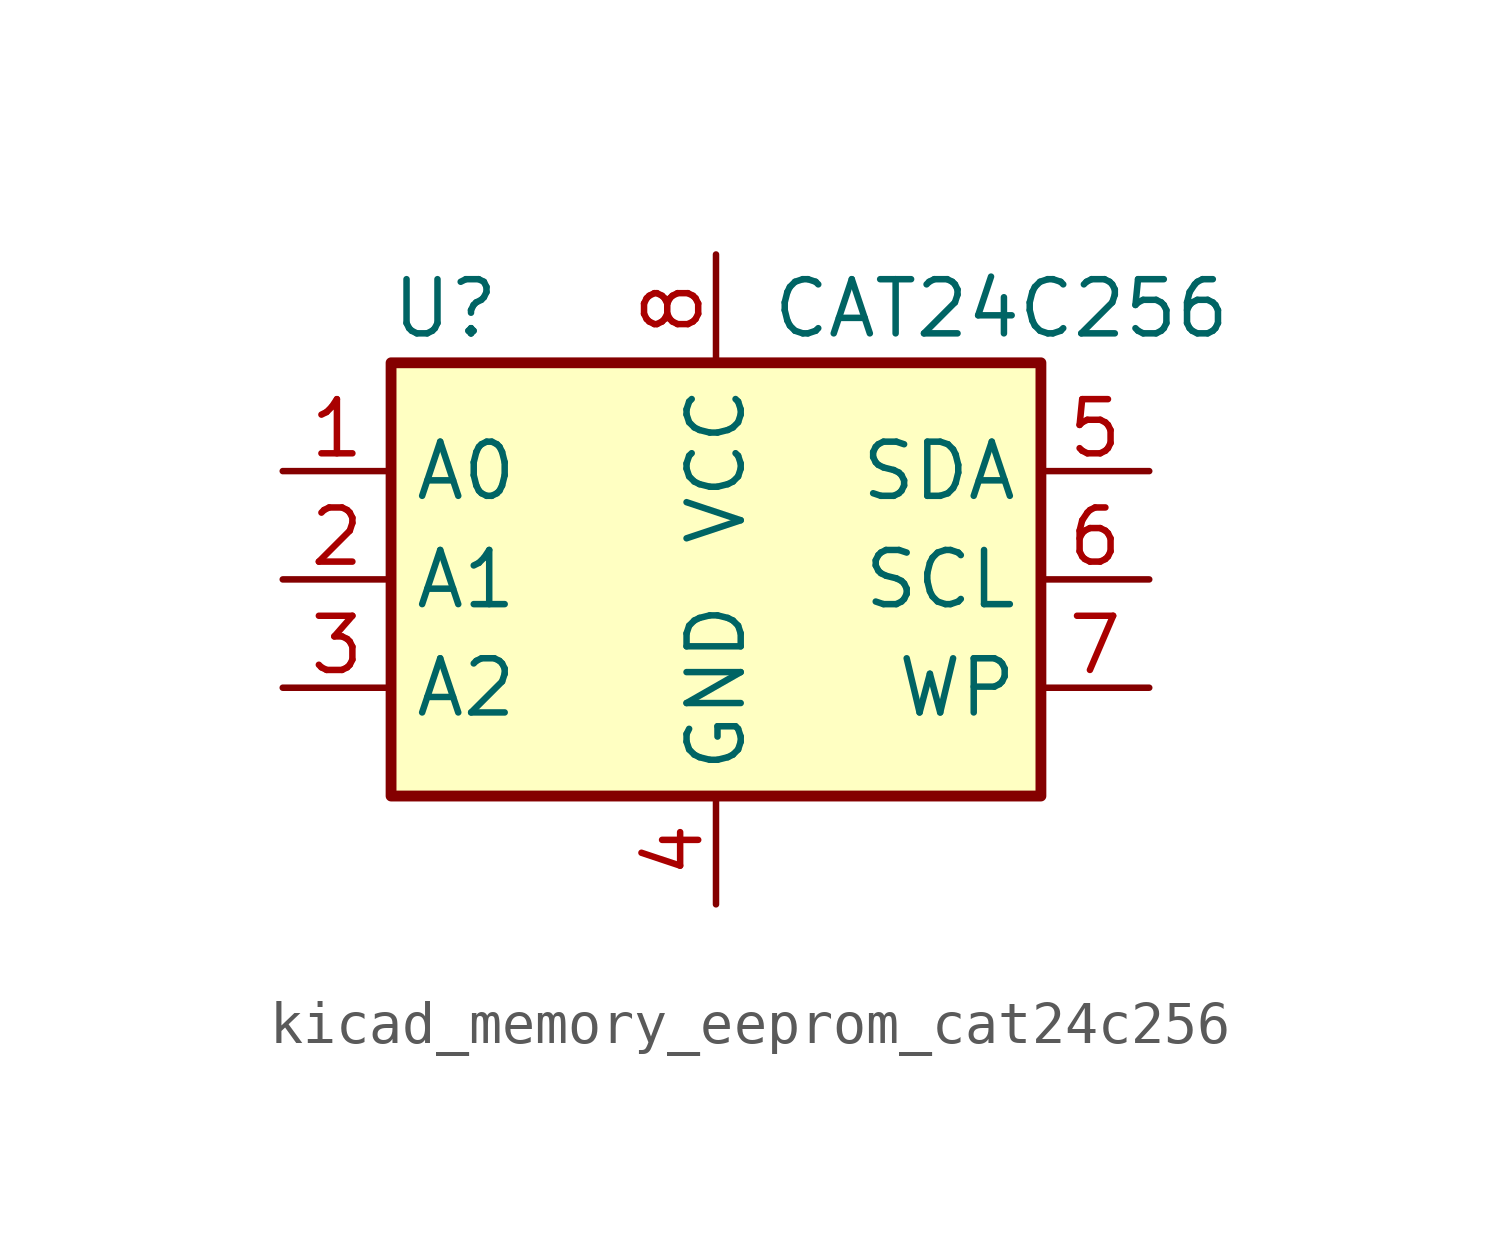
<source format=kicad_sym>
(kicad_symbol_lib
  (version 20220914)
  (generator kicad_symbol_editor)
  (symbol "kicad_memory_eeprom_cat24c256"
    (property "Reference" "U"
      (at -6.35 6.35 0)
      (effects (font (size 1.27 1.27))))
    (property "Value" "CAT24C256"
      (at 1.27 6.35 0)
      (effects (font (size 1.27 1.27)) (justify left)))
    (symbol "kicad_memory_eeprom_cat24c256_1_1"
      (rectangle (start -7.62 5.08) (end 7.62 -5.08) (stroke (width 0.254) (type default)) (fill (type background)))
      (pin input line (at -10.16 2.54 0) (length 2.54) (name "A0" (effects (font (size 1.27 1.27)))) (number "1" (effects (font (size 1.27 1.27)))))
      (pin input line (at -10.16 0 0) (length 2.54) (name "A1" (effects (font (size 1.27 1.27)))) (number "2" (effects (font (size 1.27 1.27)))))
      (pin input line (at -10.16 -2.54 0) (length 2.54) (name "A2" (effects (font (size 1.27 1.27)))) (number "3" (effects (font (size 1.27 1.27)))))
      (pin power_in line (at 0 -7.62 90) (length 2.54) (name "GND" (effects (font (size 1.27 1.27)))) (number "4" (effects (font (size 1.27 1.27)))))
      (pin bidirectional line (at 10.16 2.54 180) (length 2.54) (name "SDA" (effects (font (size 1.27 1.27)))) (number "5" (effects (font (size 1.27 1.27)))))
      (pin input line (at 10.16 0 180) (length 2.54) (name "SCL" (effects (font (size 1.27 1.27)))) (number "6" (effects (font (size 1.27 1.27)))))
      (pin input line (at 10.16 -2.54 180) (length 2.54) (name "WP" (effects (font (size 1.27 1.27)))) (number "7" (effects (font (size 1.27 1.27)))))
      (pin power_in line (at 0 7.62 270) (length 2.54) (name "VCC" (effects (font (size 1.27 1.27)))) (number "8" (effects (font (size 1.27 1.27))))))))
</source>
